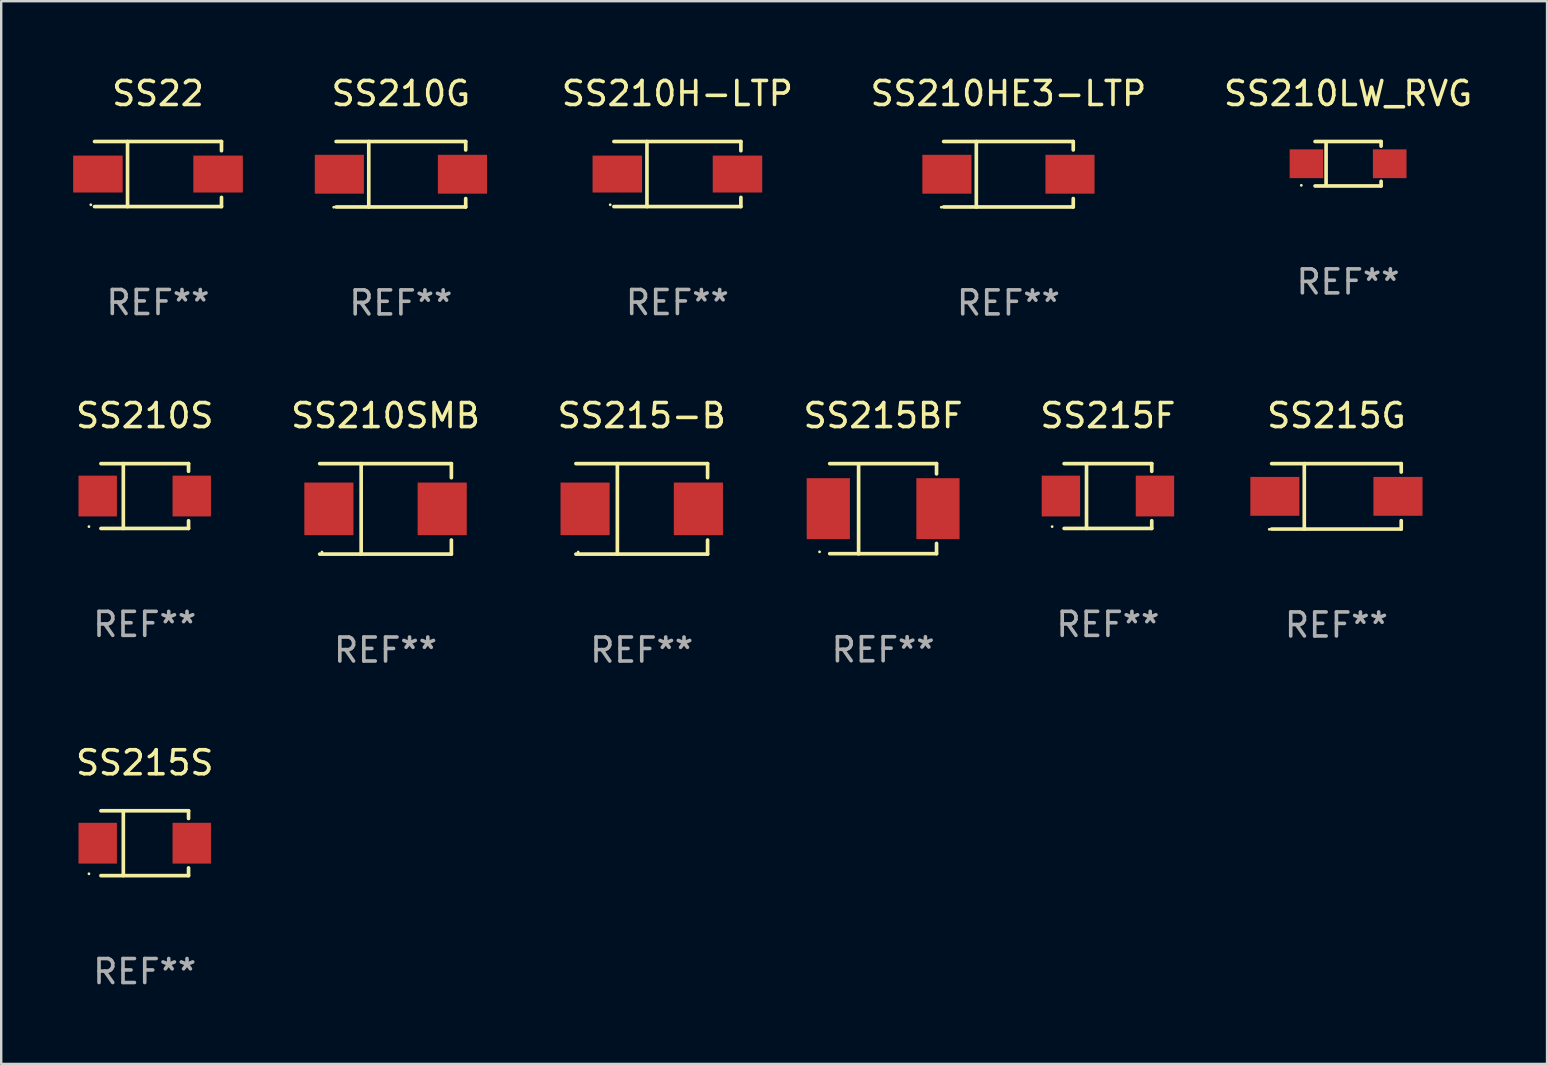
<source format=kicad_pcb>
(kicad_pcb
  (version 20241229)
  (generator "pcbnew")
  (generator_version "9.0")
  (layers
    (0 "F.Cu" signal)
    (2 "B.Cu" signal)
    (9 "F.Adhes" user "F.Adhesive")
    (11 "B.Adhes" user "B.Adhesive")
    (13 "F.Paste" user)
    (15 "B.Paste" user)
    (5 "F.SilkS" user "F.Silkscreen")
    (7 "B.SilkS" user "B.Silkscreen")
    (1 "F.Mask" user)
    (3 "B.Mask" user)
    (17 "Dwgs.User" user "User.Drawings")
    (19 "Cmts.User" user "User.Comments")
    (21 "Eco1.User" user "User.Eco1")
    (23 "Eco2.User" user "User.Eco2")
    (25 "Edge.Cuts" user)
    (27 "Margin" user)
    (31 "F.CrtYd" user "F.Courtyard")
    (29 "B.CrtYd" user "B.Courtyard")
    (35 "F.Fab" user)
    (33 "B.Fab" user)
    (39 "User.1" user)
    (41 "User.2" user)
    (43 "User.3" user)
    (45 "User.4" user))
  (footprint "SS22"
    (layer "F.Cu")
    (at 3.535 4.204)
    (property "Reference" "SS22" (at 0 -3.356 0) (layer "F.SilkS") (effects (font (size 1 1) (thickness 0.15))))
    (attr through_hole)
    (fp_line (start -2.646 -1.356) (end 2.646 -1.356) (stroke (width 0.152) (type solid)) (layer "F.SilkS"))
    (fp_line (start -2.646 1.356) (end 2.646 1.356) (stroke (width 0.152) (type solid)) (layer "F.SilkS"))
    (fp_line (start -1.269 -1.356) (end -1.269 1.356) (stroke (width 0.152) (type solid)) (layer "F.SilkS"))
    (fp_line (start 2.646 -1.356) (end 2.646 -0.973) (stroke (width 0.152) (type solid)) (layer "F.SilkS"))
    (fp_line (start 2.646 1.356) (end 2.646 0.973) (stroke (width 0.152) (type solid)) (layer "F.SilkS"))
    (fp_circle (center -2.8 1.28) (end -2.77 1.28) (stroke (width 0.06) (type solid)) (fill no) (layer "F.SilkS"))
    (fp_text user "REF**" (at 0 5.356 0) (layer "F.Fab") (effects (font (size 1 1) (thickness 0.15))))
    (pad "1" smd rect (at 2.504 0) (size 2.063 1.539) (layers "F.Cu" "F.Mask" "F.Paste"))
    (pad "2" smd rect (at -2.504 0) (size 2.063 1.539) (layers "F.Cu" "F.Mask" "F.Paste")))
  (footprint "SS215BF"
    (layer "F.Cu")
    (at 33.756 18.152)
    (property "Reference" "SS215BF" (at 0 -3.88 0) (layer "F.SilkS") (effects (font (size 1 1) (thickness 0.15))))
    (attr through_hole)
    (fp_line (start -2.226 -1.88) (end 2.226 -1.88) (stroke (width 0.152) (type solid)) (layer "F.SilkS"))
    (fp_line (start -2.226 1.873) (end 2.226 1.873) (stroke (width 0.152) (type solid)) (layer "F.SilkS"))
    (fp_line (start -1.022 -1.873) (end -1.022 1.88) (stroke (width 0.152) (type solid)) (layer "F.SilkS"))
    (fp_line (start 2.226 -1.88) (end 2.226 -1.453) (stroke (width 0.152) (type solid)) (layer "F.SilkS"))
    (fp_line (start 2.226 1.447) (end 2.226 1.873) (stroke (width 0.152) (type solid)) (layer "F.SilkS"))
    (fp_circle (center -2.65 1.797) (end -2.62 1.797) (stroke (width 0.06) (type solid)) (fill no) (layer "F.SilkS"))
    (fp_text user "REF**" (at 0 5.88 0) (layer "F.Fab") (effects (font (size 1 1) (thickness 0.15))))
    (pad "1" smd rect (at -2.285 -0.003) (size 1.8 2.54) (layers "F.Cu" "F.Mask" "F.Paste"))
    (pad "2" smd rect (at 2.285 -0.003) (size 1.8 2.54) (layers "F.Cu" "F.Mask" "F.Paste")))
  (footprint "SS215S"
    (layer "F.Cu")
    (at 2.982 32.092)
    (property "Reference" "SS215S" (at 0 -3.351 0) (layer "F.SilkS") (effects (font (size 1 1) (thickness 0.15))))
    (attr through_hole)
    (fp_line (start -1.826 -1.351) (end 1.826 -1.351) (stroke (width 0.152) (type solid)) (layer "F.SilkS"))
    (fp_line (start -1.826 1.351) (end 1.826 1.351) (stroke (width 0.152) (type solid)) (layer "F.SilkS"))
    (fp_line (start -0.892 -1.351) (end -0.892 1.351) (stroke (width 0.152) (type solid)) (layer "F.SilkS"))
    (fp_line (start 1.826 -1.351) (end 1.826 -1.03) (stroke (width 0.152) (type solid)) (layer "F.SilkS"))
    (fp_line (start 1.826 1.03) (end 1.826 1.351) (stroke (width 0.152) (type solid)) (layer "F.SilkS"))
    (fp_circle (center -2.325 1.275) (end -2.295 1.275) (stroke (width 0.06) (type solid)) (fill no) (layer "F.SilkS"))
    (fp_text user "REF**" (at 0 5.351 0) (layer "F.Fab") (effects (font (size 1 1) (thickness 0.15))))
    (pad "1" smd rect (at -1.96 0 180) (size 1.6 1.7) (layers "F.Cu" "F.Mask" "F.Paste"))
    (pad "2" smd rect (at 1.96 0 180) (size 1.6 1.7) (layers "F.Cu" "F.Mask" "F.Paste")))
  (footprint "SS210G"
    (layer "F.Cu")
    (at 13.658 4.212)
    (property "Reference" "SS210G" (at 0 -3.364 0) (layer "F.SilkS") (effects (font (size 1 1) (thickness 0.15))))
    (attr through_hole)
    (fp_line (start -2.701 -1.364) (end 2.701 -1.364) (stroke (width 0.152) (type solid)) (layer "F.SilkS"))
    (fp_line (start -2.701 1.364) (end 2.701 1.364) (stroke (width 0.152) (type solid)) (layer "F.SilkS"))
    (fp_line (start -1.339 -1.364) (end -1.339 1.364) (stroke (width 0.152) (type solid)) (layer "F.SilkS"))
    (fp_line (start 2.701 -1.364) (end 2.701 -1.013) (stroke (width 0.152) (type solid)) (layer "F.SilkS"))
    (fp_line (start 2.701 1.364) (end 2.701 1.013) (stroke (width 0.152) (type solid)) (layer "F.SilkS"))
    (fp_circle (center -2.8 1.375) (end -2.77 1.375) (stroke (width 0.06) (type solid)) (fill no) (layer "F.SilkS"))
    (fp_text user "REF**" (at 0 5.364 0) (layer "F.Fab") (effects (font (size 1 1) (thickness 0.15))))
    (pad "1" smd rect (at -2.565 -0.000025) (size 2.046 1.62) (layers "F.Cu" "F.Mask" "F.Paste"))
    (pad "2" smd rect (at 2.565 -0.000025) (size 2.046 1.62) (layers "F.Cu" "F.Mask" "F.Paste")))
  (footprint "SS210LW_RVG"
    (layer "F.Cu")
    (at 53.134 3.774)
    (property "Reference" "SS210LW_RVG" (at 0 -2.926 0) (layer "F.SilkS") (effects (font (size 1 1) (thickness 0.15))))
    (attr through_hole)
    (fp_line (start -1.376 -0.926) (end 1.376 -0.926) (stroke (width 0.152) (type solid)) (layer "F.SilkS"))
    (fp_line (start -1.376 0.926) (end 1.376 0.926) (stroke (width 0.152) (type solid)) (layer "F.SilkS"))
    (fp_line (start -0.917 -0.876) (end -0.917 0.876) (stroke (width 0.152) (type solid)) (layer "F.SilkS"))
    (fp_line (start 1.376 -0.926) (end 1.376 -0.733) (stroke (width 0.152) (type solid)) (layer "F.SilkS"))
    (fp_line (start 1.376 0.926) (end 1.376 0.733) (stroke (width 0.152) (type solid)) (layer "F.SilkS"))
    (fp_circle (center -1.95 0.9) (end -1.92 0.9) (stroke (width 0.06) (type solid)) (fill no) (layer "F.SilkS"))
    (fp_text user "REF**" (at 0 4.926 0) (layer "F.Fab") (effects (font (size 1 1) (thickness 0.15))))
    (pad "1" smd rect (at -1.735 0) (size 1.4 1.2) (layers "F.Cu" "F.Mask" "F.Paste"))
    (pad "2" smd rect (at 1.735 0) (size 1.4 1.2) (layers "F.Cu" "F.Mask" "F.Paste")))
  (footprint "SS210HE3-LTP"
    (layer "F.Cu")
    (at 38.979 4.212)
    (property "Reference" "SS210HE3-LTP" (at 0 -3.364 0) (layer "F.SilkS") (effects (font (size 1 1) (thickness 0.15))))
    (attr through_hole)
    (fp_line (start -2.701 -1.364) (end 2.701 -1.364) (stroke (width 0.152) (type solid)) (layer "F.SilkS"))
    (fp_line (start -2.701 1.364) (end 2.701 1.364) (stroke (width 0.152) (type solid)) (layer "F.SilkS"))
    (fp_line (start -1.339 -1.364) (end -1.339 1.364) (stroke (width 0.152) (type solid)) (layer "F.SilkS"))
    (fp_line (start 2.701 -1.364) (end 2.701 -1.013) (stroke (width 0.152) (type solid)) (layer "F.SilkS"))
    (fp_line (start 2.701 1.364) (end 2.701 1.013) (stroke (width 0.152) (type solid)) (layer "F.SilkS"))
    (fp_circle (center -2.8 1.375) (end -2.77 1.375) (stroke (width 0.06) (type solid)) (fill no) (layer "F.SilkS"))
    (fp_text user "REF**" (at 0 5.364 0) (layer "F.Fab") (effects (font (size 1 1) (thickness 0.15))))
    (pad "1" smd rect (at -2.565 -0.000025) (size 2.046 1.62) (layers "F.Cu" "F.Mask" "F.Paste"))
    (pad "2" smd rect (at 2.565 -0.000025) (size 2.046 1.62) (layers "F.Cu" "F.Mask" "F.Paste")))
  (footprint "SS210S"
    (layer "F.Cu")
    (at 2.982 17.623)
    (property "Reference" "SS210S" (at 0 -3.351 0) (layer "F.SilkS") (effects (font (size 1 1) (thickness 0.15))))
    (attr through_hole)
    (fp_line (start -1.826 -1.351) (end 1.826 -1.351) (stroke (width 0.152) (type solid)) (layer "F.SilkS"))
    (fp_line (start -1.826 1.351) (end 1.826 1.351) (stroke (width 0.152) (type solid)) (layer "F.SilkS"))
    (fp_line (start -0.892 -1.351) (end -0.892 1.351) (stroke (width 0.152) (type solid)) (layer "F.SilkS"))
    (fp_line (start 1.826 -1.351) (end 1.826 -1.03) (stroke (width 0.152) (type solid)) (layer "F.SilkS"))
    (fp_line (start 1.826 1.03) (end 1.826 1.351) (stroke (width 0.152) (type solid)) (layer "F.SilkS"))
    (fp_circle (center -2.325 1.275) (end -2.295 1.275) (stroke (width 0.06) (type solid)) (fill no) (layer "F.SilkS"))
    (fp_text user "REF**" (at 0 5.351 0) (layer "F.Fab") (effects (font (size 1 1) (thickness 0.15))))
    (pad "1" smd rect (at -1.96 0 180) (size 1.6 1.7) (layers "F.Cu" "F.Mask" "F.Paste"))
    (pad "2" smd rect (at 1.96 0 180) (size 1.6 1.7) (layers "F.Cu" "F.Mask" "F.Paste")))
  (footprint "SS215-B"
    (layer "F.Cu")
    (at 23.696 18.158)
    (property "Reference" "SS215-B" (at 0 -3.886 0) (layer "F.SilkS") (effects (font (size 1 1) (thickness 0.15))))
    (attr through_hole)
    (fp_line (start -2.744 -1.886) (end 2.744 -1.886) (stroke (width 0.152) (type solid)) (layer "F.SilkS"))
    (fp_line (start -2.744 1.886) (end 2.744 1.886) (stroke (width 0.152) (type solid)) (layer "F.SilkS"))
    (fp_line (start -1.016 -1.886) (end -1.016 1.886) (stroke (width 0.152) (type solid)) (layer "F.SilkS"))
    (fp_line (start 2.744 -1.886) (end 2.744 -1.299) (stroke (width 0.152) (type solid)) (layer "F.SilkS"))
    (fp_line (start 2.744 1.886) (end 2.744 1.299) (stroke (width 0.152) (type solid)) (layer "F.SilkS"))
    (fp_circle (center -2.65 1.8) (end -2.62 1.8) (stroke (width 0.06) (type solid)) (fill no) (layer "F.SilkS"))
    (fp_text user "REF**" (at 0 5.886 0) (layer "F.Fab") (effects (font (size 1 1) (thickness 0.15))))
    (pad "1" smd rect (at -2.361 0) (size 2.047 2.192) (layers "F.Cu" "F.Mask" "F.Paste"))
    (pad "2" smd rect (at 2.361 0) (size 2.047 2.192) (layers "F.Cu" "F.Mask" "F.Paste")))
  (footprint "SS215F"
    (layer "F.Cu")
    (at 43.125 17.623)
    (property "Reference" "SS215F" (at 0 -3.351 0) (layer "F.SilkS") (effects (font (size 1 1) (thickness 0.15))))
    (attr through_hole)
    (fp_line (start -1.826 -1.351) (end 1.826 -1.351) (stroke (width 0.152) (type solid)) (layer "F.SilkS"))
    (fp_line (start -1.826 1.351) (end 1.826 1.351) (stroke (width 0.152) (type solid)) (layer "F.SilkS"))
    (fp_line (start -0.892 -1.351) (end -0.892 1.351) (stroke (width 0.152) (type solid)) (layer "F.SilkS"))
    (fp_line (start 1.826 -1.351) (end 1.826 -1.03) (stroke (width 0.152) (type solid)) (layer "F.SilkS"))
    (fp_line (start 1.826 1.03) (end 1.826 1.351) (stroke (width 0.152) (type solid)) (layer "F.SilkS"))
    (fp_circle (center -2.325 1.275) (end -2.295 1.275) (stroke (width 0.06) (type solid)) (fill no) (layer "F.SilkS"))
    (fp_text user "REF**" (at 0 5.351 0) (layer "F.Fab") (effects (font (size 1 1) (thickness 0.15))))
    (pad "1" smd rect (at -1.96 0 180) (size 1.6 1.7) (layers "F.Cu" "F.Mask" "F.Paste"))
    (pad "2" smd rect (at 1.96 0 180) (size 1.6 1.7) (layers "F.Cu" "F.Mask" "F.Paste")))
  (footprint "SS210SMB"
    (layer "F.Cu")
    (at 13.018 18.158)
    (property "Reference" "SS210SMB" (at 0 -3.886 0) (layer "F.SilkS") (effects (font (size 1 1) (thickness 0.15))))
    (attr through_hole)
    (fp_line (start -2.744 -1.886) (end 2.744 -1.886) (stroke (width 0.152) (type solid)) (layer "F.SilkS"))
    (fp_line (start -2.744 1.886) (end 2.744 1.886) (stroke (width 0.152) (type solid)) (layer "F.SilkS"))
    (fp_line (start -1.016 -1.886) (end -1.016 1.886) (stroke (width 0.152) (type solid)) (layer "F.SilkS"))
    (fp_line (start 2.744 -1.886) (end 2.744 -1.299) (stroke (width 0.152) (type solid)) (layer "F.SilkS"))
    (fp_line (start 2.744 1.886) (end 2.744 1.299) (stroke (width 0.152) (type solid)) (layer "F.SilkS"))
    (fp_circle (center -2.65 1.8) (end -2.62 1.8) (stroke (width 0.06) (type solid)) (fill no) (layer "F.SilkS"))
    (fp_text user "REF**" (at 0 5.886 0) (layer "F.Fab") (effects (font (size 1 1) (thickness 0.15))))
    (pad "1" smd rect (at -2.361 0) (size 2.047 2.192) (layers "F.Cu" "F.Mask" "F.Paste"))
    (pad "2" smd rect (at 2.361 0) (size 2.047 2.192) (layers "F.Cu" "F.Mask" "F.Paste")))
  (footprint "SS215G"
    (layer "F.Cu")
    (at 52.648 17.636)
    (property "Reference" "SS215G" (at 0 -3.364 0) (layer "F.SilkS") (effects (font (size 1 1) (thickness 0.15))))
    (attr through_hole)
    (fp_line (start -2.701 -1.364) (end 2.701 -1.364) (stroke (width 0.152) (type solid)) (layer "F.SilkS"))
    (fp_line (start -2.701 1.364) (end 2.701 1.364) (stroke (width 0.152) (type solid)) (layer "F.SilkS"))
    (fp_line (start -1.339 -1.364) (end -1.339 1.364) (stroke (width 0.152) (type solid)) (layer "F.SilkS"))
    (fp_line (start 2.701 -1.364) (end 2.701 -1.013) (stroke (width 0.152) (type solid)) (layer "F.SilkS"))
    (fp_line (start 2.701 1.364) (end 2.701 1.013) (stroke (width 0.152) (type solid)) (layer "F.SilkS"))
    (fp_circle (center -2.8 1.375) (end -2.77 1.375) (stroke (width 0.06) (type solid)) (fill no) (layer "F.SilkS"))
    (fp_text user "REF**" (at 0 5.364 0) (layer "F.Fab") (effects (font (size 1 1) (thickness 0.15))))
    (pad "1" smd rect (at -2.565 -0.000025) (size 2.046 1.62) (layers "F.Cu" "F.Mask" "F.Paste"))
    (pad "2" smd rect (at 2.565 -0.000025) (size 2.046 1.62) (layers "F.Cu" "F.Mask" "F.Paste")))
  (footprint "SS210H-LTP"
    (layer "F.Cu")
    (at 25.182 4.204)
    (property "Reference" "SS210H-LTP" (at 0 -3.356 0) (layer "F.SilkS") (effects (font (size 1 1) (thickness 0.15))))
    (attr through_hole)
    (fp_line (start -2.646 -1.356) (end 2.646 -1.356) (stroke (width 0.152) (type solid)) (layer "F.SilkS"))
    (fp_line (start -2.646 1.356) (end 2.646 1.356) (stroke (width 0.152) (type solid)) (layer "F.SilkS"))
    (fp_line (start -1.269 -1.356) (end -1.269 1.356) (stroke (width 0.152) (type solid)) (layer "F.SilkS"))
    (fp_line (start 2.646 -1.356) (end 2.646 -0.973) (stroke (width 0.152) (type solid)) (layer "F.SilkS"))
    (fp_line (start 2.646 1.356) (end 2.646 0.973) (stroke (width 0.152) (type solid)) (layer "F.SilkS"))
    (fp_circle (center -2.8 1.28) (end -2.77 1.28) (stroke (width 0.06) (type solid)) (fill no) (layer "F.SilkS"))
    (fp_text user "REF**" (at 0 5.356 0) (layer "F.Fab") (effects (font (size 1 1) (thickness 0.15))))
    (pad "1" smd rect (at 2.504 0) (size 2.063 1.539) (layers "F.Cu" "F.Mask" "F.Paste"))
    (pad "2" smd rect (at -2.504 0) (size 2.063 1.539) (layers "F.Cu" "F.Mask" "F.Paste")))
  (gr_rect
    (start -3 -3)
    (end 61.426 41.292)
    (stroke (width 0.1) (type default))
    (fill no)
    (layer "Edge.Cuts")))
</source>
